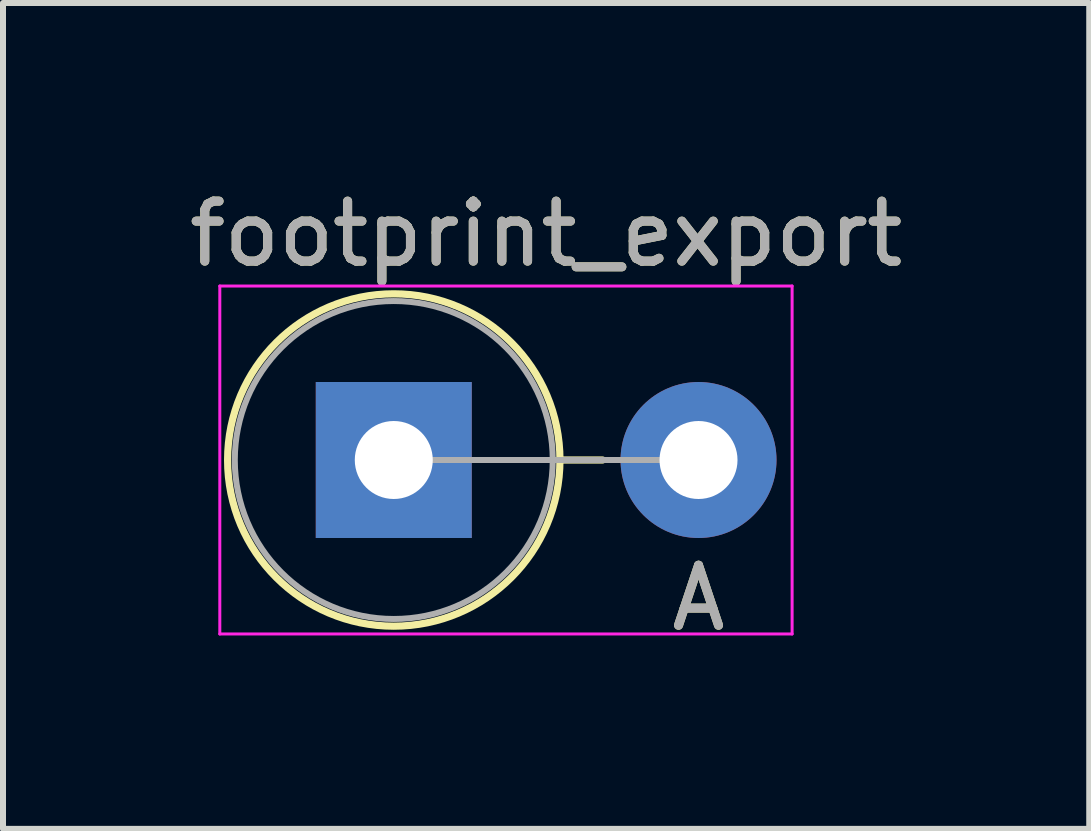
<source format=kicad_pcb>
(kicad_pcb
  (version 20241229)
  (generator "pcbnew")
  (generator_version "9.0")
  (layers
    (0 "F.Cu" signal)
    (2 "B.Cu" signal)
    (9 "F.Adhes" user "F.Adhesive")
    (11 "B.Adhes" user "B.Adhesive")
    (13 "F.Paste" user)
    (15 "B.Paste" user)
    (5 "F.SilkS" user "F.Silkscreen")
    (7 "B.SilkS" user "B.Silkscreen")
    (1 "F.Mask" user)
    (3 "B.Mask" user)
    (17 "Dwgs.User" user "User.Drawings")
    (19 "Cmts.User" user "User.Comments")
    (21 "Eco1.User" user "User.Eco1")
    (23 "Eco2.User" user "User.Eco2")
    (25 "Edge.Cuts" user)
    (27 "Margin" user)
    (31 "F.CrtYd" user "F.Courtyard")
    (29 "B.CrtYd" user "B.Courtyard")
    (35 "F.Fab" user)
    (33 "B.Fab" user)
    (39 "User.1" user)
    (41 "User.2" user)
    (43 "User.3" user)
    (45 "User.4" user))
  (footprint "footprint_export"
    (layer "F.Cu")
    (at 3.514 4.618)
    (property "Reference" "footprint_export" (at 2.54 -3.77 0) (layer "F.SilkS") (effects (font (size 1 1) (thickness 0.15))))
    (attr through_hole)
    (fp_line (start 2.77 0) (end 3.48 0) (stroke (width 0.12) (type solid)) (layer "F.SilkS"))
    (fp_circle (center 0 0) (end 2.77 0) (stroke (width 0.12) (type solid)) (fill no) (layer "F.SilkS"))
    (fp_line (start -2.9 -2.9) (end -2.9 2.9) (stroke (width 0.05) (type solid)) (layer "F.CrtYd"))
    (fp_line (start -2.9 2.9) (end 6.64 2.9) (stroke (width 0.05) (type solid)) (layer "F.CrtYd"))
    (fp_line (start 6.64 -2.9) (end -2.9 -2.9) (stroke (width 0.05) (type solid)) (layer "F.CrtYd"))
    (fp_line (start 6.64 2.9) (end 6.64 -2.9) (stroke (width 0.05) (type solid)) (layer "F.CrtYd"))
    (fp_line (start 0 0) (end 5.08 0) (stroke (width 0.1) (type solid)) (layer "F.Fab"))
    (fp_circle (center 0 0) (end 2.65 0) (stroke (width 0.1) (type solid)) (fill no) (layer "F.Fab"))
    (fp_text user "A" (at 5.08 2.3 0) (layer "F.SilkS") (effects (font (size 1 1) (thickness 0.15))))
    (fp_text user "${REFERENCE}" (at 2.54 -3.77 0) (layer "F.Fab") (effects (font (size 1 1) (thickness 0.15))))
    (fp_text user "A" (at 5.08 2.3 0) (layer "F.Fab") (effects (font (size 1 1) (thickness 0.15))))
    (pad "1" thru_hole rect (at 0 0) (size 2.6 2.6) (drill 1.3) (layers "*.Cu" "*.Mask"))
    (pad "2" thru_hole oval (at 5.08 0) (size 2.6 2.6) (drill 1.3) (layers "*.Cu" "*.Mask")))
  (gr_rect
    (start -3 -3)
    (end 15.107 10.767)
    (stroke (width 0.1) (type default))
    (fill no)
    (layer "Edge.Cuts")))
</source>
